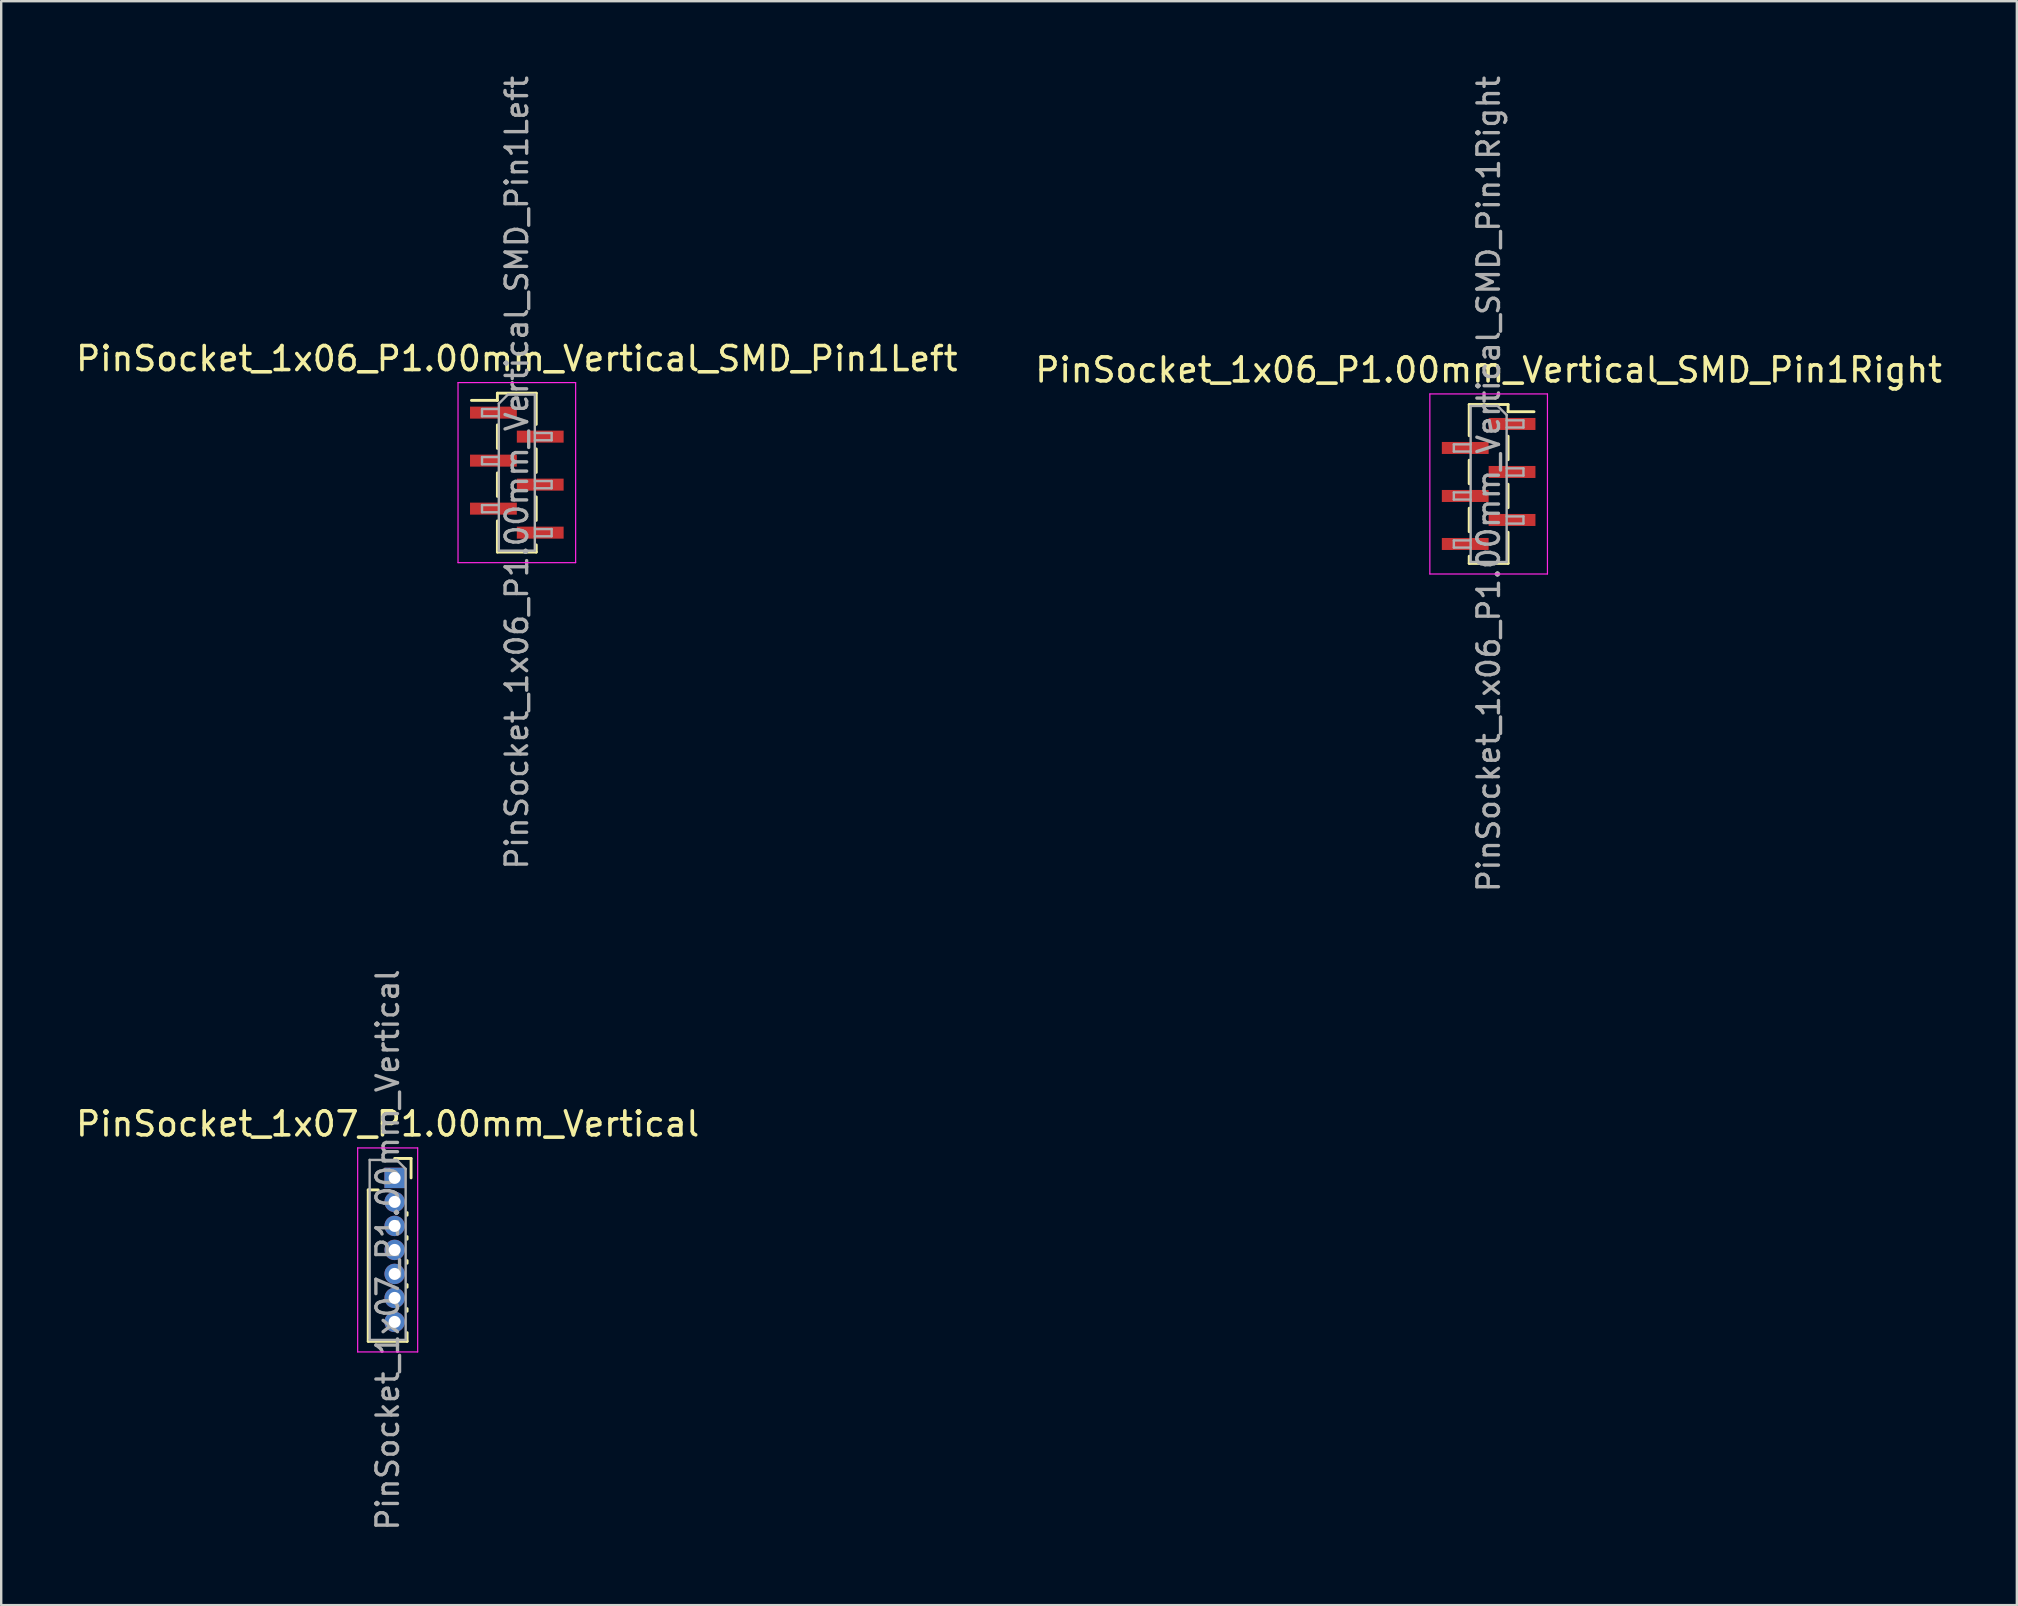
<source format=kicad_pcb>
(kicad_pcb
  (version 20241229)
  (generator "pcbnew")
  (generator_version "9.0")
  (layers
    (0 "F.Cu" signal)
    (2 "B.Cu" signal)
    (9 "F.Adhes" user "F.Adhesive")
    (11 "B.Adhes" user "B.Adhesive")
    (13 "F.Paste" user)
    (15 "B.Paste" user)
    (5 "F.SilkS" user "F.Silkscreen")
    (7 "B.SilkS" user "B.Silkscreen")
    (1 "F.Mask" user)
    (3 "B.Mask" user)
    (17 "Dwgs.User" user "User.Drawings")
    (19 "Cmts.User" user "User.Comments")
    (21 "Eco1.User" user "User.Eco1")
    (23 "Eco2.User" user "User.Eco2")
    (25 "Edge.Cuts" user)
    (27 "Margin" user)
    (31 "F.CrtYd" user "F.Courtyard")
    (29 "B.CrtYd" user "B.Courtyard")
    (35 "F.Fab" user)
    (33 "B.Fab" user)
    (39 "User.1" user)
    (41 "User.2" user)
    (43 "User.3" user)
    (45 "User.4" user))
  (footprint "PinSocket_1x06_P1.00mm_Vertical_SMD_Pin1Left"
    (layer "F.Cu")
    (at 18.482 16.641)
    (property "Reference" "PinSocket_1x06_P1.00mm_Vertical_SMD_Pin1Left" (at 0 -4.75 0) (layer "F.SilkS") (effects (font (size 1 1) (thickness 0.15))))
    (attr smd)
    (fp_line (start -1.89 -3.01) (end -0.81 -3.01) (stroke (width 0.12) (type solid)) (layer "F.SilkS"))
    (fp_line (start -0.81 -3.31) (end -0.81 -3.01) (stroke (width 0.12) (type solid)) (layer "F.SilkS"))
    (fp_line (start -0.81 -3.31) (end 0.81 -3.31) (stroke (width 0.12) (type solid)) (layer "F.SilkS"))
    (fp_line (start -0.81 -1.99) (end -0.81 -1.01) (stroke (width 0.12) (type solid)) (layer "F.SilkS"))
    (fp_line (start -0.81 0.01) (end -0.81 0.99) (stroke (width 0.12) (type solid)) (layer "F.SilkS"))
    (fp_line (start -0.81 2.01) (end -0.81 3.31) (stroke (width 0.12) (type solid)) (layer "F.SilkS"))
    (fp_line (start -0.81 3.31) (end 0.81 3.31) (stroke (width 0.12) (type solid)) (layer "F.SilkS"))
    (fp_line (start 0.81 -3.31) (end 0.81 -2.01) (stroke (width 0.12) (type solid)) (layer "F.SilkS"))
    (fp_line (start 0.81 -0.99) (end 0.81 -0.01) (stroke (width 0.12) (type solid)) (layer "F.SilkS"))
    (fp_line (start 0.81 1.01) (end 0.81 1.99) (stroke (width 0.12) (type solid)) (layer "F.SilkS"))
    (fp_line (start 0.81 3.01) (end 0.81 3.31) (stroke (width 0.12) (type solid)) (layer "F.SilkS"))
    (fp_line (start -2.45 -3.75) (end 2.45 -3.75) (stroke (width 0.05) (type solid)) (layer "F.CrtYd"))
    (fp_line (start -2.45 3.75) (end -2.45 -3.75) (stroke (width 0.05) (type solid)) (layer "F.CrtYd"))
    (fp_line (start 2.45 -3.75) (end 2.45 3.75) (stroke (width 0.05) (type solid)) (layer "F.CrtYd"))
    (fp_line (start 2.45 3.75) (end -2.45 3.75) (stroke (width 0.05) (type solid)) (layer "F.CrtYd"))
    (fp_line (start -1.45 -2.65) (end -0.75 -2.65) (stroke (width 0.1) (type solid)) (layer "F.Fab"))
    (fp_line (start -1.45 -2.35) (end -1.45 -2.65) (stroke (width 0.1) (type solid)) (layer "F.Fab"))
    (fp_line (start -1.45 -0.65) (end -0.75 -0.65) (stroke (width 0.1) (type solid)) (layer "F.Fab"))
    (fp_line (start -1.45 -0.35) (end -1.45 -0.65) (stroke (width 0.1) (type solid)) (layer "F.Fab"))
    (fp_line (start -1.45 1.35) (end -0.75 1.35) (stroke (width 0.1) (type solid)) (layer "F.Fab"))
    (fp_line (start -1.45 1.65) (end -1.45 1.35) (stroke (width 0.1) (type solid)) (layer "F.Fab"))
    (fp_line (start -0.75 -2.875) (end -0.375 -3.25) (stroke (width 0.1) (type solid)) (layer "F.Fab"))
    (fp_line (start -0.75 -2.35) (end -1.45 -2.35) (stroke (width 0.1) (type solid)) (layer "F.Fab"))
    (fp_line (start -0.75 -0.35) (end -1.45 -0.35) (stroke (width 0.1) (type solid)) (layer "F.Fab"))
    (fp_line (start -0.75 1.65) (end -1.45 1.65) (stroke (width 0.1) (type solid)) (layer "F.Fab"))
    (fp_line (start -0.75 3.25) (end -0.75 -2.875) (stroke (width 0.1) (type solid)) (layer "F.Fab"))
    (fp_line (start -0.375 -3.25) (end 0.75 -3.25) (stroke (width 0.1) (type solid)) (layer "F.Fab"))
    (fp_line (start 0.75 -3.25) (end 0.75 3.25) (stroke (width 0.1) (type solid)) (layer "F.Fab"))
    (fp_line (start 0.75 -1.65) (end 1.45 -1.65) (stroke (width 0.1) (type solid)) (layer "F.Fab"))
    (fp_line (start 0.75 0.35) (end 1.45 0.35) (stroke (width 0.1) (type solid)) (layer "F.Fab"))
    (fp_line (start 0.75 2.35) (end 1.45 2.35) (stroke (width 0.1) (type solid)) (layer "F.Fab"))
    (fp_line (start 0.75 3.25) (end -0.75 3.25) (stroke (width 0.1) (type solid)) (layer "F.Fab"))
    (fp_line (start 1.45 -1.65) (end 1.45 -1.35) (stroke (width 0.1) (type solid)) (layer "F.Fab"))
    (fp_line (start 1.45 -1.35) (end 0.75 -1.35) (stroke (width 0.1) (type solid)) (layer "F.Fab"))
    (fp_line (start 1.45 0.35) (end 1.45 0.65) (stroke (width 0.1) (type solid)) (layer "F.Fab"))
    (fp_line (start 1.45 0.65) (end 0.75 0.65) (stroke (width 0.1) (type solid)) (layer "F.Fab"))
    (fp_line (start 1.45 2.35) (end 1.45 2.65) (stroke (width 0.1) (type solid)) (layer "F.Fab"))
    (fp_line (start 1.45 2.65) (end 0.75 2.65) (stroke (width 0.1) (type solid)) (layer "F.Fab"))
    (fp_text user "${REFERENCE}" (at 0 0 90) (layer "F.Fab") (effects (font (size 0.9 0.9) (thickness 0.14))))
    (pad "1" smd rect (at -0.975 -2.5) (size 1.95 0.5) (layers "F.Cu" "F.Mask" "F.Paste"))
    (pad "2" smd rect (at 0.975 -1.5) (size 1.95 0.5) (layers "F.Cu" "F.Mask" "F.Paste"))
    (pad "3" smd rect (at -0.975 -0.5) (size 1.95 0.5) (layers "F.Cu" "F.Mask" "F.Paste"))
    (pad "4" smd rect (at 0.975 0.5) (size 1.95 0.5) (layers "F.Cu" "F.Mask" "F.Paste"))
    (pad "5" smd rect (at -0.975 1.5) (size 1.95 0.5) (layers "F.Cu" "F.Mask" "F.Paste"))
    (pad "6" smd rect (at 0.975 2.5) (size 1.95 0.5) (layers "F.Cu" "F.Mask" "F.Paste")))
  (footprint "PinSocket_1x06_P1.00mm_Vertical_SMD_Pin1Right"
    (layer "F.Cu")
    (at 58.97 17.113)
    (property "Reference" "PinSocket_1x06_P1.00mm_Vertical_SMD_Pin1Right" (at 0 -4.75 0) (layer "F.SilkS") (effects (font (size 1 1) (thickness 0.15))))
    (attr smd)
    (fp_line (start -0.81 -3.31) (end -0.81 -2.01) (stroke (width 0.12) (type solid)) (layer "F.SilkS"))
    (fp_line (start -0.81 -3.31) (end 0.81 -3.31) (stroke (width 0.12) (type solid)) (layer "F.SilkS"))
    (fp_line (start -0.81 -0.99) (end -0.81 -0.01) (stroke (width 0.12) (type solid)) (layer "F.SilkS"))
    (fp_line (start -0.81 1.01) (end -0.81 1.99) (stroke (width 0.12) (type solid)) (layer "F.SilkS"))
    (fp_line (start -0.81 3.01) (end -0.81 3.31) (stroke (width 0.12) (type solid)) (layer "F.SilkS"))
    (fp_line (start -0.81 3.31) (end 0.81 3.31) (stroke (width 0.12) (type solid)) (layer "F.SilkS"))
    (fp_line (start 0.81 -3.31) (end 0.81 -3.01) (stroke (width 0.12) (type solid)) (layer "F.SilkS"))
    (fp_line (start 0.81 -3.01) (end 1.89 -3.01) (stroke (width 0.12) (type solid)) (layer "F.SilkS"))
    (fp_line (start 0.81 -1.99) (end 0.81 -1.01) (stroke (width 0.12) (type solid)) (layer "F.SilkS"))
    (fp_line (start 0.81 0.01) (end 0.81 0.99) (stroke (width 0.12) (type solid)) (layer "F.SilkS"))
    (fp_line (start 0.81 2.01) (end 0.81 3.31) (stroke (width 0.12) (type solid)) (layer "F.SilkS"))
    (fp_line (start -2.45 -3.75) (end 2.45 -3.75) (stroke (width 0.05) (type solid)) (layer "F.CrtYd"))
    (fp_line (start -2.45 3.75) (end -2.45 -3.75) (stroke (width 0.05) (type solid)) (layer "F.CrtYd"))
    (fp_line (start 2.45 -3.75) (end 2.45 3.75) (stroke (width 0.05) (type solid)) (layer "F.CrtYd"))
    (fp_line (start 2.45 3.75) (end -2.45 3.75) (stroke (width 0.05) (type solid)) (layer "F.CrtYd"))
    (fp_line (start -1.45 -1.65) (end -0.75 -1.65) (stroke (width 0.1) (type solid)) (layer "F.Fab"))
    (fp_line (start -1.45 -1.35) (end -1.45 -1.65) (stroke (width 0.1) (type solid)) (layer "F.Fab"))
    (fp_line (start -1.45 0.35) (end -0.75 0.35) (stroke (width 0.1) (type solid)) (layer "F.Fab"))
    (fp_line (start -1.45 0.65) (end -1.45 0.35) (stroke (width 0.1) (type solid)) (layer "F.Fab"))
    (fp_line (start -1.45 2.35) (end -0.75 2.35) (stroke (width 0.1) (type solid)) (layer "F.Fab"))
    (fp_line (start -1.45 2.65) (end -1.45 2.35) (stroke (width 0.1) (type solid)) (layer "F.Fab"))
    (fp_line (start -0.75 -3.25) (end 0.375 -3.25) (stroke (width 0.1) (type solid)) (layer "F.Fab"))
    (fp_line (start -0.75 -1.35) (end -1.45 -1.35) (stroke (width 0.1) (type solid)) (layer "F.Fab"))
    (fp_line (start -0.75 0.65) (end -1.45 0.65) (stroke (width 0.1) (type solid)) (layer "F.Fab"))
    (fp_line (start -0.75 2.65) (end -1.45 2.65) (stroke (width 0.1) (type solid)) (layer "F.Fab"))
    (fp_line (start -0.75 3.25) (end -0.75 -3.25) (stroke (width 0.1) (type solid)) (layer "F.Fab"))
    (fp_line (start 0.375 -3.25) (end 0.75 -2.875) (stroke (width 0.1) (type solid)) (layer "F.Fab"))
    (fp_line (start 0.75 -2.875) (end 0.75 3.25) (stroke (width 0.1) (type solid)) (layer "F.Fab"))
    (fp_line (start 0.75 -2.65) (end 1.45 -2.65) (stroke (width 0.1) (type solid)) (layer "F.Fab"))
    (fp_line (start 0.75 -0.65) (end 1.45 -0.65) (stroke (width 0.1) (type solid)) (layer "F.Fab"))
    (fp_line (start 0.75 1.35) (end 1.45 1.35) (stroke (width 0.1) (type solid)) (layer "F.Fab"))
    (fp_line (start 0.75 3.25) (end -0.75 3.25) (stroke (width 0.1) (type solid)) (layer "F.Fab"))
    (fp_line (start 1.45 -2.65) (end 1.45 -2.35) (stroke (width 0.1) (type solid)) (layer "F.Fab"))
    (fp_line (start 1.45 -2.35) (end 0.75 -2.35) (stroke (width 0.1) (type solid)) (layer "F.Fab"))
    (fp_line (start 1.45 -0.65) (end 1.45 -0.35) (stroke (width 0.1) (type solid)) (layer "F.Fab"))
    (fp_line (start 1.45 -0.35) (end 0.75 -0.35) (stroke (width 0.1) (type solid)) (layer "F.Fab"))
    (fp_line (start 1.45 1.35) (end 1.45 1.65) (stroke (width 0.1) (type solid)) (layer "F.Fab"))
    (fp_line (start 1.45 1.65) (end 0.75 1.65) (stroke (width 0.1) (type solid)) (layer "F.Fab"))
    (fp_text user "${REFERENCE}" (at 0 0 90) (layer "F.Fab") (effects (font (size 0.9 0.9) (thickness 0.14))))
    (pad "1" smd rect (at 0.975 -2.5) (size 1.95 0.5) (layers "F.Cu" "F.Mask" "F.Paste"))
    (pad "2" smd rect (at -0.975 -1.5) (size 1.95 0.5) (layers "F.Cu" "F.Mask" "F.Paste"))
    (pad "3" smd rect (at 0.975 -0.5) (size 1.95 0.5) (layers "F.Cu" "F.Mask" "F.Paste"))
    (pad "4" smd rect (at -0.975 0.5) (size 1.95 0.5) (layers "F.Cu" "F.Mask" "F.Paste"))
    (pad "5" smd rect (at 0.975 1.5) (size 1.95 0.5) (layers "F.Cu" "F.Mask" "F.Paste"))
    (pad "6" smd rect (at -0.975 2.5) (size 1.95 0.5) (layers "F.Cu" "F.Mask" "F.Paste")))
  (footprint "PinSocket_1x07_P1.00mm_Vertical"
    (layer "F.Cu")
    (at 13.391 46.024)
    (property "Reference" "PinSocket_1x07_P1.00mm_Vertical" (at -0.29 -2.25 0) (layer "F.SilkS") (effects (font (size 1 1) (thickness 0.15))))
    (attr through_hole)
    (fp_line (start -1.1 0.5) (end -1.1 6.81) (stroke (width 0.12) (type solid)) (layer "F.SilkS"))
    (fp_line (start -1.1 0.5) (end -0.685 0.5) (stroke (width 0.12) (type solid)) (layer "F.SilkS"))
    (fp_line (start -1.1 6.81) (end 0.52 6.81) (stroke (width 0.12) (type solid)) (layer "F.SilkS"))
    (fp_line (start 0 -0.81) (end 0.685 -0.81) (stroke (width 0.12) (type solid)) (layer "F.SilkS"))
    (fp_line (start 0.52 1.446) (end 0.52 1.554) (stroke (width 0.12) (type solid)) (layer "F.SilkS"))
    (fp_line (start 0.52 2.446) (end 0.52 2.554) (stroke (width 0.12) (type solid)) (layer "F.SilkS"))
    (fp_line (start 0.52 3.446) (end 0.52 3.554) (stroke (width 0.12) (type solid)) (layer "F.SilkS"))
    (fp_line (start 0.52 4.446) (end 0.52 4.554) (stroke (width 0.12) (type solid)) (layer "F.SilkS"))
    (fp_line (start 0.52 5.446) (end 0.52 5.554) (stroke (width 0.12) (type solid)) (layer "F.SilkS"))
    (fp_line (start 0.52 6.446) (end 0.52 6.81) (stroke (width 0.12) (type solid)) (layer "F.SilkS"))
    (fp_line (start 0.685 -0.81) (end 0.685 0) (stroke (width 0.12) (type solid)) (layer "F.SilkS"))
    (fp_line (start -1.54 -1.25) (end 0.96 -1.25) (stroke (width 0.05) (type solid)) (layer "F.CrtYd"))
    (fp_line (start -1.54 7.25) (end -1.54 -1.25) (stroke (width 0.05) (type solid)) (layer "F.CrtYd"))
    (fp_line (start 0.96 -1.25) (end 0.96 7.25) (stroke (width 0.05) (type solid)) (layer "F.CrtYd"))
    (fp_line (start 0.96 7.25) (end -1.54 7.25) (stroke (width 0.05) (type solid)) (layer "F.CrtYd"))
    (fp_line (start -1.04 -0.75) (end 0.085 -0.75) (stroke (width 0.1) (type solid)) (layer "F.Fab"))
    (fp_line (start -1.04 6.75) (end -1.04 -0.75) (stroke (width 0.1) (type solid)) (layer "F.Fab"))
    (fp_line (start 0.085 -0.75) (end 0.46 -0.375) (stroke (width 0.1) (type solid)) (layer "F.Fab"))
    (fp_line (start 0.46 -0.375) (end 0.46 6.75) (stroke (width 0.1) (type solid)) (layer "F.Fab"))
    (fp_line (start 0.46 6.75) (end -1.04 6.75) (stroke (width 0.1) (type solid)) (layer "F.Fab"))
    (fp_text user "${REFERENCE}" (at -0.29 3 90) (layer "F.Fab") (effects (font (size 0.9 0.9) (thickness 0.14))))
    (pad "1" thru_hole rect (at 0 0) (size 0.85 0.85) (drill 0.5) (layers "*.Cu" "*.Mask"))
    (pad "2" thru_hole oval (at 0 1) (size 0.85 0.85) (drill 0.5) (layers "*.Cu" "*.Mask"))
    (pad "3" thru_hole oval (at 0 2) (size 0.85 0.85) (drill 0.5) (layers "*.Cu" "*.Mask"))
    (pad "4" thru_hole oval (at 0 3) (size 0.85 0.85) (drill 0.5) (layers "*.Cu" "*.Mask"))
    (pad "5" thru_hole oval (at 0 4) (size 0.85 0.85) (drill 0.5) (layers "*.Cu" "*.Mask"))
    (pad "6" thru_hole oval (at 0 5) (size 0.85 0.85) (drill 0.5) (layers "*.Cu" "*.Mask"))
    (pad "7" thru_hole oval (at 0 6) (size 0.85 0.85) (drill 0.5) (layers "*.Cu" "*.Mask")))
  (gr_rect
    (start -3 -3)
    (end 80.976 63.823)
    (stroke (width 0.1) (type default))
    (fill no)
    (layer "Edge.Cuts")))
</source>
